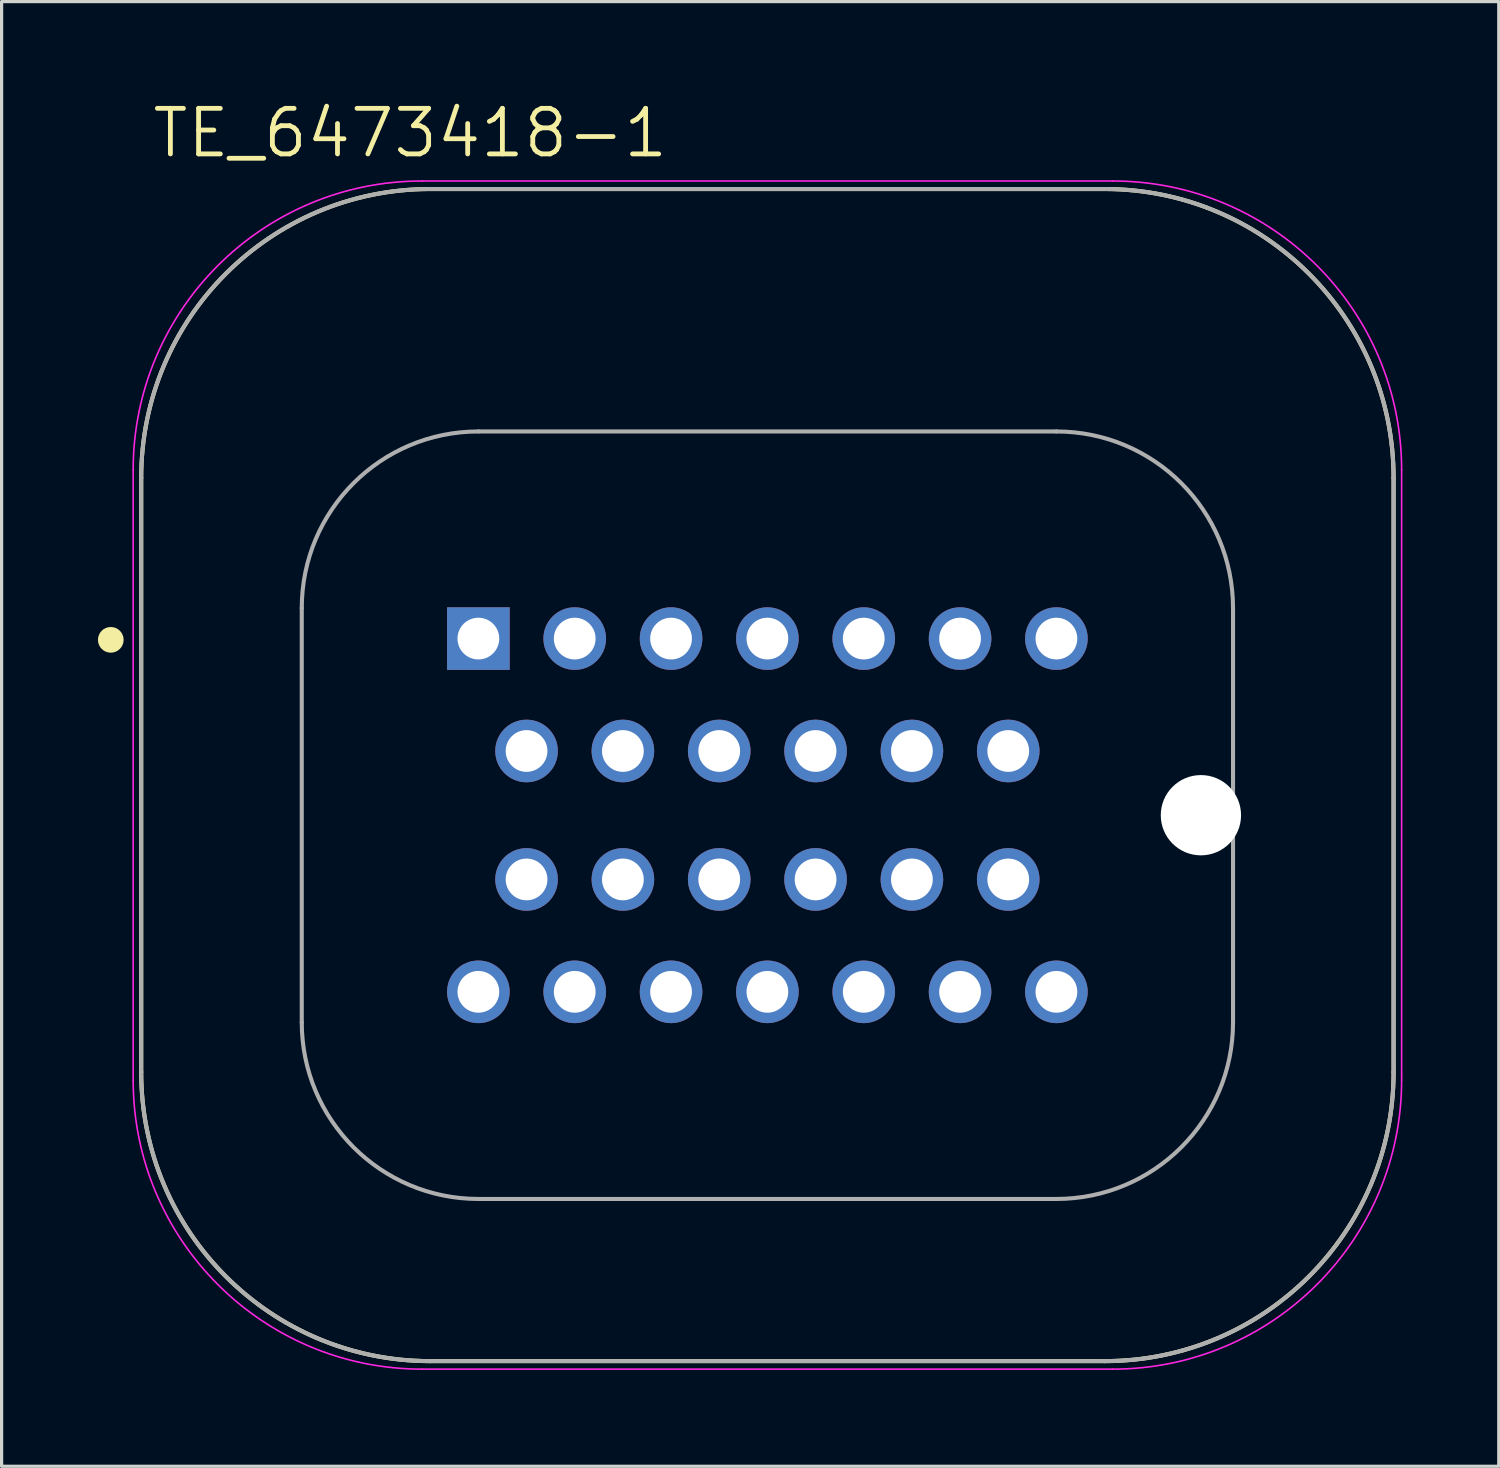
<source format=kicad_pcb>
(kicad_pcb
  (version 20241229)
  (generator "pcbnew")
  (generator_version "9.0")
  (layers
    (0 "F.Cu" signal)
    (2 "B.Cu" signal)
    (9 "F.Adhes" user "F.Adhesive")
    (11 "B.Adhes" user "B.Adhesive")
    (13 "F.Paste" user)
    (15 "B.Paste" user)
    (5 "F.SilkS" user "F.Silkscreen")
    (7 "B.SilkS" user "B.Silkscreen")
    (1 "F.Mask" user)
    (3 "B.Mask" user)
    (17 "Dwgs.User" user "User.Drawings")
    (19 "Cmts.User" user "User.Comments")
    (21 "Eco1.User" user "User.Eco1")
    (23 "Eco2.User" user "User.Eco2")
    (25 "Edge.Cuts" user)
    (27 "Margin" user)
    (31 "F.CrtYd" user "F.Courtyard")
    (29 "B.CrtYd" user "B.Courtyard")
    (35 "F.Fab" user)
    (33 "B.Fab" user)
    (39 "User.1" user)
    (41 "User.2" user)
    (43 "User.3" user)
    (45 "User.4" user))
  (footprint "TE_6473418-1"
    (layer "F.Cu")
    (at 11.847 16.836)
    (property "Reference" "TE_6473418-1" (at -2.124 -15.742 0) (layer "F.SilkS") (effects (font (size 1.419 1.419) (thickness 0.15))))
    (attr through_hole)
    (fp_line (start -10.5 -5) (end -10.5 13.5) (stroke (width 0.127) (type solid)) (layer "F.SilkS"))
    (fp_line (start -1.5 22.5) (end 19.5 22.5) (stroke (width 0.127) (type solid)) (layer "F.SilkS"))
    (fp_line (start 19.5 -14) (end -1.5 -14) (stroke (width 0.127) (type solid)) (layer "F.SilkS"))
    (fp_line (start 28.5 13.5) (end 28.5 -5) (stroke (width 0.127) (type solid)) (layer "F.SilkS"))
    (fp_arc (start -10.5 -5) (mid -7.863961 -11.363961) (end -1.5 -14) (stroke (width 0.127) (type solid)) (layer "F.SilkS"))
    (fp_arc (start -1.5 22.5) (mid -7.863961 19.863961) (end -10.5 13.5) (stroke (width 0.127) (type solid)) (layer "F.SilkS"))
    (fp_arc (start 19.5 -14) (mid 25.863961 -11.363961) (end 28.5 -5) (stroke (width 0.127) (type solid)) (layer "F.SilkS"))
    (fp_arc (start 28.5 13.5) (mid 25.863961 19.863961) (end 19.5 22.5) (stroke (width 0.127) (type solid)) (layer "F.SilkS"))
    (fp_circle (center -11.447 0.039) (end -11.247 0.039) (stroke (width 0.4) (type solid)) (fill no) (layer "F.SilkS"))
    (fp_line (start -10.75 -5.25) (end -10.75 13.75) (stroke (width 0.05) (type solid)) (layer "F.CrtYd"))
    (fp_line (start -1.75 22.75) (end 19.75 22.75) (stroke (width 0.05) (type solid)) (layer "F.CrtYd"))
    (fp_line (start 19.75 -14.25) (end -1.75 -14.25) (stroke (width 0.05) (type solid)) (layer "F.CrtYd"))
    (fp_line (start 28.75 13.75) (end 28.75 -5.25) (stroke (width 0.05) (type solid)) (layer "F.CrtYd"))
    (fp_arc (start -10.75 -5.25) (mid -8.113961 -11.613961) (end -1.75 -14.25) (stroke (width 0.05) (type solid)) (layer "F.CrtYd"))
    (fp_arc (start -1.75 22.75) (mid -8.113961 20.113961) (end -10.75 13.75) (stroke (width 0.05) (type solid)) (layer "F.CrtYd"))
    (fp_arc (start 19.75 -14.25) (mid 26.113961 -11.613961) (end 28.75 -5.25) (stroke (width 0.05) (type solid)) (layer "F.CrtYd"))
    (fp_arc (start 28.75 13.75) (mid 26.113961 20.113961) (end 19.75 22.75) (stroke (width 0.05) (type solid)) (layer "F.CrtYd"))
    (fp_line (start -10.5 -5) (end -10.5 13.5) (stroke (width 0.127) (type solid)) (layer "F.Fab"))
    (fp_line (start -5.5 -0.95) (end -5.5 11.95) (stroke (width 0.127) (type solid)) (layer "F.Fab"))
    (fp_line (start -1.5 22.5) (end 19.5 22.5) (stroke (width 0.127) (type solid)) (layer "F.Fab"))
    (fp_line (start 0 17.45) (end 18 17.45) (stroke (width 0.127) (type solid)) (layer "F.Fab"))
    (fp_line (start 18 -6.45) (end 0 -6.45) (stroke (width 0.127) (type solid)) (layer "F.Fab"))
    (fp_line (start 19.5 -14) (end -1.5 -14) (stroke (width 0.127) (type solid)) (layer "F.Fab"))
    (fp_line (start 23.5 11.95) (end 23.5 -0.95) (stroke (width 0.127) (type solid)) (layer "F.Fab"))
    (fp_line (start 28.5 13.5) (end 28.5 -5) (stroke (width 0.127) (type solid)) (layer "F.Fab"))
    (fp_arc (start -10.5 -5) (mid -7.863961 -11.363961) (end -1.5 -14) (stroke (width 0.127) (type solid)) (layer "F.Fab"))
    (fp_arc (start -5.5 -0.95) (mid -3.889087 -4.839087) (end 0 -6.45) (stroke (width 0.127) (type solid)) (layer "F.Fab"))
    (fp_arc (start -1.5 22.5) (mid -7.863961 19.863961) (end -10.5 13.5) (stroke (width 0.127) (type solid)) (layer "F.Fab"))
    (fp_arc (start 0 17.45) (mid -3.889087 15.839087) (end -5.5 11.95) (stroke (width 0.127) (type solid)) (layer "F.Fab"))
    (fp_arc (start 18 -6.45) (mid 21.889087 -4.839087) (end 23.5 -0.95) (stroke (width 0.127) (type solid)) (layer "F.Fab"))
    (fp_arc (start 19.5 -14) (mid 25.863961 -11.363961) (end 28.5 -5) (stroke (width 0.127) (type solid)) (layer "F.Fab"))
    (fp_arc (start 23.5 11.95) (mid 21.889087 15.839087) (end 18 17.45) (stroke (width 0.127) (type solid)) (layer "F.Fab"))
    (fp_arc (start 28.5 13.5) (mid 25.863961 19.863961) (end 19.5 22.5) (stroke (width 0.127) (type solid)) (layer "F.Fab"))
    (pad "" np_thru_hole circle (at 22.5 5.5) (size 2.5 2.5) (drill 2.5) (layers "*.Cu" "*.Mask"))
    (pad "1" thru_hole rect (at 0 0) (size 1.95 1.95) (drill 1.3) (layers "*.Cu" "*.Mask"))
    (pad "2" thru_hole circle (at 3 0) (size 1.95 1.95) (drill 1.3) (layers "*.Cu" "*.Mask"))
    (pad "3" thru_hole circle (at 6 0) (size 1.95 1.95) (drill 1.3) (layers "*.Cu" "*.Mask"))
    (pad "4" thru_hole circle (at 9 0) (size 1.95 1.95) (drill 1.3) (layers "*.Cu" "*.Mask"))
    (pad "5" thru_hole circle (at 12 0) (size 1.95 1.95) (drill 1.3) (layers "*.Cu" "*.Mask"))
    (pad "6" thru_hole circle (at 15 0) (size 1.95 1.95) (drill 1.3) (layers "*.Cu" "*.Mask"))
    (pad "7" thru_hole circle (at 18 0) (size 1.95 1.95) (drill 1.3) (layers "*.Cu" "*.Mask"))
    (pad "8" thru_hole circle (at 1.5 3.5) (size 1.95 1.95) (drill 1.3) (layers "*.Cu" "*.Mask"))
    (pad "9" thru_hole circle (at 4.5 3.5) (size 1.95 1.95) (drill 1.3) (layers "*.Cu" "*.Mask"))
    (pad "10" thru_hole circle (at 7.5 3.5) (size 1.95 1.95) (drill 1.3) (layers "*.Cu" "*.Mask"))
    (pad "11" thru_hole circle (at 10.5 3.5) (size 1.95 1.95) (drill 1.3) (layers "*.Cu" "*.Mask"))
    (pad "12" thru_hole circle (at 13.5 3.5) (size 1.95 1.95) (drill 1.3) (layers "*.Cu" "*.Mask"))
    (pad "13" thru_hole circle (at 16.5 3.5) (size 1.95 1.95) (drill 1.3) (layers "*.Cu" "*.Mask"))
    (pad "14" thru_hole circle (at 1.5 7.5) (size 1.95 1.95) (drill 1.3) (layers "*.Cu" "*.Mask"))
    (pad "15" thru_hole circle (at 4.5 7.5) (size 1.95 1.95) (drill 1.3) (layers "*.Cu" "*.Mask"))
    (pad "16" thru_hole circle (at 7.5 7.5) (size 1.95 1.95) (drill 1.3) (layers "*.Cu" "*.Mask"))
    (pad "17" thru_hole circle (at 10.5 7.5) (size 1.95 1.95) (drill 1.3) (layers "*.Cu" "*.Mask"))
    (pad "18" thru_hole circle (at 13.5 7.5) (size 1.95 1.95) (drill 1.3) (layers "*.Cu" "*.Mask"))
    (pad "19" thru_hole circle (at 16.5 7.5) (size 1.95 1.95) (drill 1.3) (layers "*.Cu" "*.Mask"))
    (pad "20" thru_hole circle (at 0 11) (size 1.95 1.95) (drill 1.3) (layers "*.Cu" "*.Mask"))
    (pad "21" thru_hole circle (at 3 11) (size 1.95 1.95) (drill 1.3) (layers "*.Cu" "*.Mask"))
    (pad "22" thru_hole circle (at 6 11) (size 1.95 1.95) (drill 1.3) (layers "*.Cu" "*.Mask"))
    (pad "23" thru_hole circle (at 9 11) (size 1.95 1.95) (drill 1.3) (layers "*.Cu" "*.Mask"))
    (pad "24" thru_hole circle (at 12 11) (size 1.95 1.95) (drill 1.3) (layers "*.Cu" "*.Mask"))
    (pad "25" thru_hole circle (at 15 11) (size 1.95 1.95) (drill 1.3) (layers "*.Cu" "*.Mask"))
    (pad "26" thru_hole circle (at 18 11) (size 1.95 1.95) (drill 1.3) (layers "*.Cu" "*.Mask")))
  (gr_rect
    (start -3 -3)
    (end 43.622 42.611)
    (stroke (width 0.1) (type default))
    (fill no)
    (layer "Edge.Cuts")))
</source>
